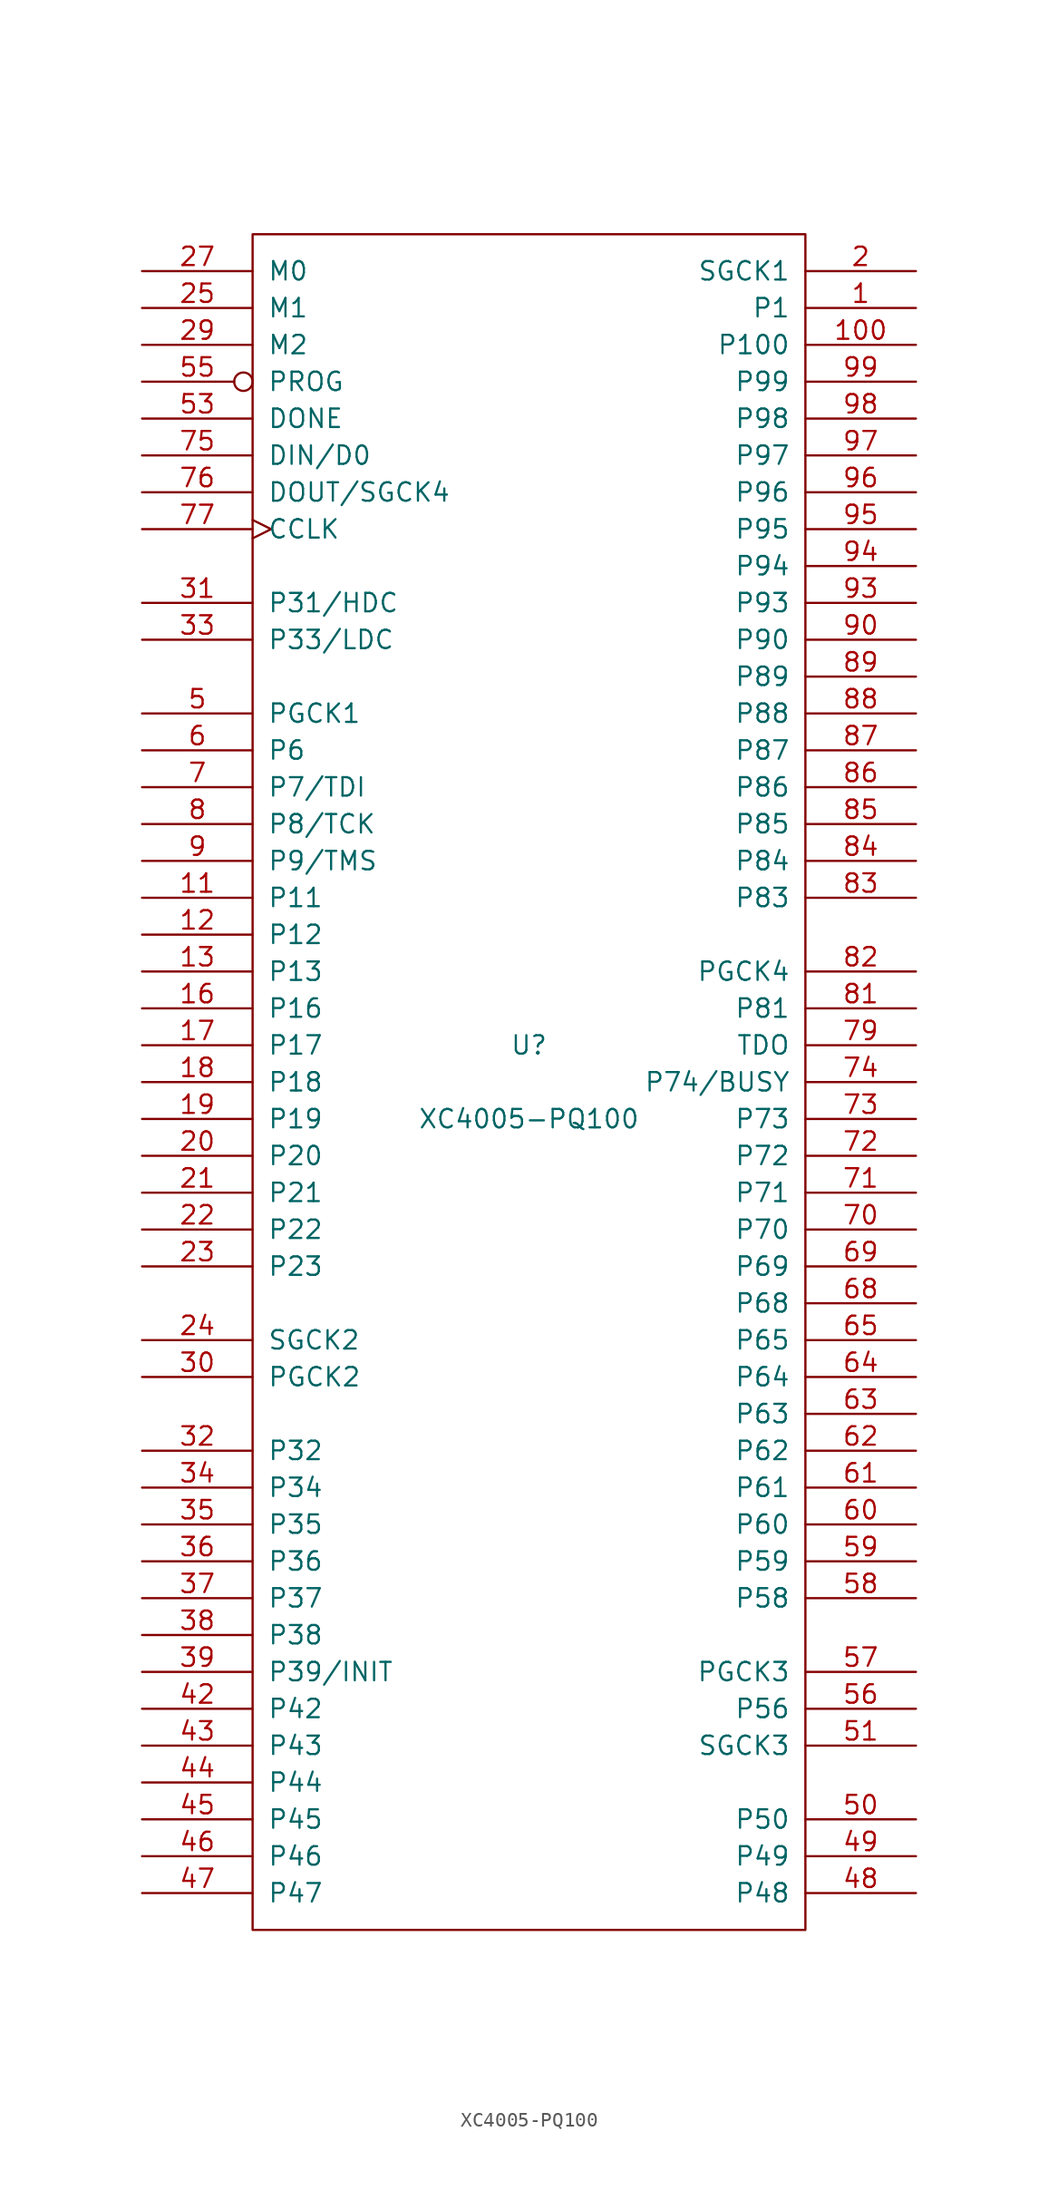
<source format=kicad_sym>
(kicad_symbol_lib
  (version 20211014)
  (generator kicad_symbol_editor)
  (symbol "XC4005-PQ100"
    (pin_names
      (offset 1.016))
    (property "Reference" "U"
      (at 0 2.54 0)
      (effects (font (size 1.27 1.27))))
    (property "Value" "XC4005-PQ100"
      (at 0 -2.54 0)
      (effects (font (size 1.27 1.27))))
    (symbol "XC4005-PQ100_0_1"
      (rectangle (start -19.05 -58.42) (end 19.05 58.42) (stroke (width 0) (type default) (color 0 0 0 0)) (fill (type none))))
    (symbol "XC4005-PQ100_1_1"
      (pin passive line (at 26.67 53.34 180) (length 7.62) (name "P1" (effects (font (size 1.27 1.27)))) (number "1" (effects (font (size 1.27 1.27)))))
      (pin passive line (at 26.67 50.8 180) (length 7.62) (name "P100" (effects (font (size 1.27 1.27)))) (number "100" (effects (font (size 1.27 1.27)))))
      (pin passive line (at -26.67 12.7 0) (length 7.62) (name "P11" (effects (font (size 1.27 1.27)))) (number "11" (effects (font (size 1.27 1.27)))))
      (pin passive line (at -26.67 10.16 0) (length 7.62) (name "P12" (effects (font (size 1.27 1.27)))) (number "12" (effects (font (size 1.27 1.27)))))
      (pin passive line (at -26.67 7.62 0) (length 7.62) (name "P13" (effects (font (size 1.27 1.27)))) (number "13" (effects (font (size 1.27 1.27)))))
      (pin power_in line (at -7.62 -58.42 90) (length 0) hide (name "GND" (effects (font (size 1.27 1.27)))) (number "14" (effects (font (size 1.27 1.27)))))
      (pin power_in line (at -7.62 58.42 270) (length 0) hide (name "VCC" (effects (font (size 1.27 1.27)))) (number "15" (effects (font (size 1.27 1.27)))))
      (pin passive line (at -26.67 5.08 0) (length 7.62) (name "P16" (effects (font (size 1.27 1.27)))) (number "16" (effects (font (size 1.27 1.27)))))
      (pin passive line (at -26.67 2.54 0) (length 7.62) (name "P17" (effects (font (size 1.27 1.27)))) (number "17" (effects (font (size 1.27 1.27)))))
      (pin passive line (at -26.67 0 0) (length 7.62) (name "P18" (effects (font (size 1.27 1.27)))) (number "18" (effects (font (size 1.27 1.27)))))
      (pin passive line (at -26.67 -2.54 0) (length 7.62) (name "P19" (effects (font (size 1.27 1.27)))) (number "19" (effects (font (size 1.27 1.27)))))
      (pin passive line (at 26.67 55.88 180) (length 7.62) (name "SGCK1" (effects (font (size 1.27 1.27)))) (number "2" (effects (font (size 1.27 1.27)))))
      (pin passive line (at -26.67 -5.08 0) (length 7.62) (name "P20" (effects (font (size 1.27 1.27)))) (number "20" (effects (font (size 1.27 1.27)))))
      (pin passive line (at -26.67 -7.62 0) (length 7.62) (name "P21" (effects (font (size 1.27 1.27)))) (number "21" (effects (font (size 1.27 1.27)))))
      (pin passive line (at -26.67 -10.16 0) (length 7.62) (name "P22" (effects (font (size 1.27 1.27)))) (number "22" (effects (font (size 1.27 1.27)))))
      (pin passive line (at -26.67 -12.7 0) (length 7.62) (name "P23" (effects (font (size 1.27 1.27)))) (number "23" (effects (font (size 1.27 1.27)))))
      (pin passive line (at -26.67 -17.78 0) (length 7.62) (name "SGCK2" (effects (font (size 1.27 1.27)))) (number "24" (effects (font (size 1.27 1.27)))))
      (pin passive line (at -26.67 53.34 0) (length 7.62) (name "M1" (effects (font (size 1.27 1.27)))) (number "25" (effects (font (size 1.27 1.27)))))
      (pin power_in line (at -5.08 -58.42 90) (length 0) hide (name "GND" (effects (font (size 1.27 1.27)))) (number "26" (effects (font (size 1.27 1.27)))))
      (pin input line (at -26.67 55.88 0) (length 7.62) (name "M0" (effects (font (size 1.27 1.27)))) (number "27" (effects (font (size 1.27 1.27)))))
      (pin power_in line (at -5.08 58.42 270) (length 0) hide (name "VCC" (effects (font (size 1.27 1.27)))) (number "28" (effects (font (size 1.27 1.27)))))
      (pin input line (at -26.67 50.8 0) (length 7.62) (name "M2" (effects (font (size 1.27 1.27)))) (number "29" (effects (font (size 1.27 1.27)))))
      (pin power_in line (at -10.16 58.42 270) (length 0) hide (name "VCC" (effects (font (size 1.27 1.27)))) (number "3" (effects (font (size 1.27 1.27)))))
      (pin passive line (at -26.67 -20.32 0) (length 7.62) (name "PGCK2" (effects (font (size 1.27 1.27)))) (number "30" (effects (font (size 1.27 1.27)))))
      (pin passive line (at -26.67 33.02 0) (length 7.62) (name "P31/HDC" (effects (font (size 1.27 1.27)))) (number "31" (effects (font (size 1.27 1.27)))))
      (pin passive line (at -26.67 -25.4 0) (length 7.62) (name "P32" (effects (font (size 1.27 1.27)))) (number "32" (effects (font (size 1.27 1.27)))))
      (pin passive line (at -26.67 30.48 0) (length 7.62) (name "P33/LDC" (effects (font (size 1.27 1.27)))) (number "33" (effects (font (size 1.27 1.27)))))
      (pin passive line (at -26.67 -27.94 0) (length 7.62) (name "P34" (effects (font (size 1.27 1.27)))) (number "34" (effects (font (size 1.27 1.27)))))
      (pin passive line (at -26.67 -30.48 0) (length 7.62) (name "P35" (effects (font (size 1.27 1.27)))) (number "35" (effects (font (size 1.27 1.27)))))
      (pin passive line (at -26.67 -33.02 0) (length 7.62) (name "P36" (effects (font (size 1.27 1.27)))) (number "36" (effects (font (size 1.27 1.27)))))
      (pin passive line (at -26.67 -35.56 0) (length 7.62) (name "P37" (effects (font (size 1.27 1.27)))) (number "37" (effects (font (size 1.27 1.27)))))
      (pin passive line (at -26.67 -38.1 0) (length 7.62) (name "P38" (effects (font (size 1.27 1.27)))) (number "38" (effects (font (size 1.27 1.27)))))
      (pin passive line (at -26.67 -40.64 0) (length 7.62) (name "P39/INIT" (effects (font (size 1.27 1.27)))) (number "39" (effects (font (size 1.27 1.27)))))
      (pin power_in line (at -10.16 -58.42 90) (length 0) hide (name "GND" (effects (font (size 1.27 1.27)))) (number "4" (effects (font (size 1.27 1.27)))))
      (pin power_in line (at -2.54 58.42 270) (length 0) hide (name "VCC" (effects (font (size 1.27 1.27)))) (number "40" (effects (font (size 1.27 1.27)))))
      (pin power_in line (at -2.54 -58.42 90) (length 0) hide (name "GND" (effects (font (size 1.27 1.27)))) (number "41" (effects (font (size 1.27 1.27)))))
      (pin passive line (at -26.67 -43.18 0) (length 7.62) (name "P42" (effects (font (size 1.27 1.27)))) (number "42" (effects (font (size 1.27 1.27)))))
      (pin passive line (at -26.67 -45.72 0) (length 7.62) (name "P43" (effects (font (size 1.27 1.27)))) (number "43" (effects (font (size 1.27 1.27)))))
      (pin passive line (at -26.67 -48.26 0) (length 7.62) (name "P44" (effects (font (size 1.27 1.27)))) (number "44" (effects (font (size 1.27 1.27)))))
      (pin passive line (at -26.67 -50.8 0) (length 7.62) (name "P45" (effects (font (size 1.27 1.27)))) (number "45" (effects (font (size 1.27 1.27)))))
      (pin passive line (at -26.67 -53.34 0) (length 7.62) (name "P46" (effects (font (size 1.27 1.27)))) (number "46" (effects (font (size 1.27 1.27)))))
      (pin passive line (at -26.67 -55.88 0) (length 7.62) (name "P47" (effects (font (size 1.27 1.27)))) (number "47" (effects (font (size 1.27 1.27)))))
      (pin passive line (at 26.67 -55.88 180) (length 7.62) (name "P48" (effects (font (size 1.27 1.27)))) (number "48" (effects (font (size 1.27 1.27)))))
      (pin passive line (at 26.67 -53.34 180) (length 7.62) (name "P49" (effects (font (size 1.27 1.27)))) (number "49" (effects (font (size 1.27 1.27)))))
      (pin passive line (at -26.67 25.4 0) (length 7.62) (name "PGCK1" (effects (font (size 1.27 1.27)))) (number "5" (effects (font (size 1.27 1.27)))))
      (pin passive line (at 26.67 -50.8 180) (length 7.62) (name "P50" (effects (font (size 1.27 1.27)))) (number "50" (effects (font (size 1.27 1.27)))))
      (pin passive line (at 26.67 -45.72 180) (length 7.62) (name "SGCK3" (effects (font (size 1.27 1.27)))) (number "51" (effects (font (size 1.27 1.27)))))
      (pin power_in line (at 0 -58.42 90) (length 0) hide (name "GND" (effects (font (size 1.27 1.27)))) (number "52" (effects (font (size 1.27 1.27)))))
      (pin open_collector line (at -26.67 45.72 0) (length 7.62) (name "DONE" (effects (font (size 1.27 1.27)))) (number "53" (effects (font (size 1.27 1.27)))))
      (pin power_in line (at 0 58.42 270) (length 0) hide (name "VCC" (effects (font (size 1.27 1.27)))) (number "54" (effects (font (size 1.27 1.27)))))
      (pin input inverted (at -26.67 48.26 0) (length 7.62) (name "PROG" (effects (font (size 1.27 1.27)))) (number "55" (effects (font (size 1.27 1.27)))))
      (pin passive line (at 26.67 -43.18 180) (length 7.62) (name "P56" (effects (font (size 1.27 1.27)))) (number "56" (effects (font (size 1.27 1.27)))))
      (pin passive line (at 26.67 -40.64 180) (length 7.62) (name "PGCK3" (effects (font (size 1.27 1.27)))) (number "57" (effects (font (size 1.27 1.27)))))
      (pin passive line (at 26.67 -35.56 180) (length 7.62) (name "P58" (effects (font (size 1.27 1.27)))) (number "58" (effects (font (size 1.27 1.27)))))
      (pin passive line (at 26.67 -33.02 180) (length 7.62) (name "P59" (effects (font (size 1.27 1.27)))) (number "59" (effects (font (size 1.27 1.27)))))
      (pin passive line (at -26.67 22.86 0) (length 7.62) (name "P6" (effects (font (size 1.27 1.27)))) (number "6" (effects (font (size 1.27 1.27)))))
      (pin passive line (at 26.67 -30.48 180) (length 7.62) (name "P60" (effects (font (size 1.27 1.27)))) (number "60" (effects (font (size 1.27 1.27)))))
      (pin passive line (at 26.67 -27.94 180) (length 7.62) (name "P61" (effects (font (size 1.27 1.27)))) (number "61" (effects (font (size 1.27 1.27)))))
      (pin passive line (at 26.67 -25.4 180) (length 7.62) (name "P62" (effects (font (size 1.27 1.27)))) (number "62" (effects (font (size 1.27 1.27)))))
      (pin passive line (at 26.67 -22.86 180) (length 7.62) (name "P63" (effects (font (size 1.27 1.27)))) (number "63" (effects (font (size 1.27 1.27)))))
      (pin passive line (at 26.67 -20.32 180) (length 7.62) (name "P64" (effects (font (size 1.27 1.27)))) (number "64" (effects (font (size 1.27 1.27)))))
      (pin passive line (at 26.67 -17.78 180) (length 7.62) (name "P65" (effects (font (size 1.27 1.27)))) (number "65" (effects (font (size 1.27 1.27)))))
      (pin power_in line (at 2.54 58.42 270) (length 0) hide (name "VCC" (effects (font (size 1.27 1.27)))) (number "66" (effects (font (size 1.27 1.27)))))
      (pin power_in line (at 2.54 -58.42 90) (length 0) hide (name "GND" (effects (font (size 1.27 1.27)))) (number "67" (effects (font (size 1.27 1.27)))))
      (pin passive line (at 26.67 -15.24 180) (length 7.62) (name "P68" (effects (font (size 1.27 1.27)))) (number "68" (effects (font (size 1.27 1.27)))))
      (pin passive line (at 26.67 -12.7 180) (length 7.62) (name "P69" (effects (font (size 1.27 1.27)))) (number "69" (effects (font (size 1.27 1.27)))))
      (pin passive line (at -26.67 20.32 0) (length 7.62) (name "P7/TDI" (effects (font (size 1.27 1.27)))) (number "7" (effects (font (size 1.27 1.27)))))
      (pin passive line (at 26.67 -10.16 180) (length 7.62) (name "P70" (effects (font (size 1.27 1.27)))) (number "70" (effects (font (size 1.27 1.27)))))
      (pin passive line (at 26.67 -7.62 180) (length 7.62) (name "P71" (effects (font (size 1.27 1.27)))) (number "71" (effects (font (size 1.27 1.27)))))
      (pin passive line (at 26.67 -5.08 180) (length 7.62) (name "P72" (effects (font (size 1.27 1.27)))) (number "72" (effects (font (size 1.27 1.27)))))
      (pin passive line (at 26.67 -2.54 180) (length 7.62) (name "P73" (effects (font (size 1.27 1.27)))) (number "73" (effects (font (size 1.27 1.27)))))
      (pin passive line (at 26.67 0 180) (length 7.62) (name "P74/BUSY" (effects (font (size 1.27 1.27)))) (number "74" (effects (font (size 1.27 1.27)))))
      (pin passive line (at -26.67 43.18 0) (length 7.62) (name "DIN/D0" (effects (font (size 1.27 1.27)))) (number "75" (effects (font (size 1.27 1.27)))))
      (pin passive line (at -26.67 40.64 0) (length 7.62) (name "DOUT/SGCK4" (effects (font (size 1.27 1.27)))) (number "76" (effects (font (size 1.27 1.27)))))
      (pin input clock (at -26.67 38.1 0) (length 7.62) (name "CCLK" (effects (font (size 1.27 1.27)))) (number "77" (effects (font (size 1.27 1.27)))))
      (pin power_in line (at 5.08 58.42 270) (length 0) hide (name "VCC" (effects (font (size 1.27 1.27)))) (number "78" (effects (font (size 1.27 1.27)))))
      (pin output line (at 26.67 2.54 180) (length 7.62) (name "TDO" (effects (font (size 1.27 1.27)))) (number "79" (effects (font (size 1.27 1.27)))))
      (pin passive line (at -26.67 17.78 0) (length 7.62) (name "P8/TCK" (effects (font (size 1.27 1.27)))) (number "8" (effects (font (size 1.27 1.27)))))
      (pin power_in line (at 5.08 -58.42 90) (length 0) hide (name "GND" (effects (font (size 1.27 1.27)))) (number "80" (effects (font (size 1.27 1.27)))))
      (pin passive line (at 26.67 5.08 180) (length 7.62) (name "P81" (effects (font (size 1.27 1.27)))) (number "81" (effects (font (size 1.27 1.27)))))
      (pin passive line (at 26.67 7.62 180) (length 7.62) (name "PGCK4" (effects (font (size 1.27 1.27)))) (number "82" (effects (font (size 1.27 1.27)))))
      (pin passive line (at 26.67 12.7 180) (length 7.62) (name "P83" (effects (font (size 1.27 1.27)))) (number "83" (effects (font (size 1.27 1.27)))))
      (pin passive line (at 26.67 15.24 180) (length 7.62) (name "P84" (effects (font (size 1.27 1.27)))) (number "84" (effects (font (size 1.27 1.27)))))
      (pin passive line (at 26.67 17.78 180) (length 7.62) (name "P85" (effects (font (size 1.27 1.27)))) (number "85" (effects (font (size 1.27 1.27)))))
      (pin passive line (at 26.67 20.32 180) (length 7.62) (name "P86" (effects (font (size 1.27 1.27)))) (number "86" (effects (font (size 1.27 1.27)))))
      (pin passive line (at 26.67 22.86 180) (length 7.62) (name "P87" (effects (font (size 1.27 1.27)))) (number "87" (effects (font (size 1.27 1.27)))))
      (pin passive line (at 26.67 25.4 180) (length 7.62) (name "P88" (effects (font (size 1.27 1.27)))) (number "88" (effects (font (size 1.27 1.27)))))
      (pin passive line (at 26.67 27.94 180) (length 7.62) (name "P89" (effects (font (size 1.27 1.27)))) (number "89" (effects (font (size 1.27 1.27)))))
      (pin passive line (at -26.67 15.24 0) (length 7.62) (name "P9/TMS" (effects (font (size 1.27 1.27)))) (number "9" (effects (font (size 1.27 1.27)))))
      (pin passive line (at 26.67 30.48 180) (length 7.62) (name "P90" (effects (font (size 1.27 1.27)))) (number "90" (effects (font (size 1.27 1.27)))))
      (pin power_in line (at 7.62 -58.42 90) (length 0) hide (name "GND" (effects (font (size 1.27 1.27)))) (number "91" (effects (font (size 1.27 1.27)))))
      (pin power_in line (at 7.62 58.42 270) (length 0) hide (name "VCC" (effects (font (size 1.27 1.27)))) (number "92" (effects (font (size 1.27 1.27)))))
      (pin passive line (at 26.67 33.02 180) (length 7.62) (name "P93" (effects (font (size 1.27 1.27)))) (number "93" (effects (font (size 1.27 1.27)))))
      (pin passive line (at 26.67 35.56 180) (length 7.62) (name "P94" (effects (font (size 1.27 1.27)))) (number "94" (effects (font (size 1.27 1.27)))))
      (pin passive line (at 26.67 38.1 180) (length 7.62) (name "P95" (effects (font (size 1.27 1.27)))) (number "95" (effects (font (size 1.27 1.27)))))
      (pin passive line (at 26.67 40.64 180) (length 7.62) (name "P96" (effects (font (size 1.27 1.27)))) (number "96" (effects (font (size 1.27 1.27)))))
      (pin passive line (at 26.67 43.18 180) (length 7.62) (name "P97" (effects (font (size 1.27 1.27)))) (number "97" (effects (font (size 1.27 1.27)))))
      (pin passive line (at 26.67 45.72 180) (length 7.62) (name "P98" (effects (font (size 1.27 1.27)))) (number "98" (effects (font (size 1.27 1.27)))))
      (pin passive line (at 26.67 48.26 180) (length 7.62) (name "P99" (effects (font (size 1.27 1.27)))) (number "99" (effects (font (size 1.27 1.27))))))))
</source>
